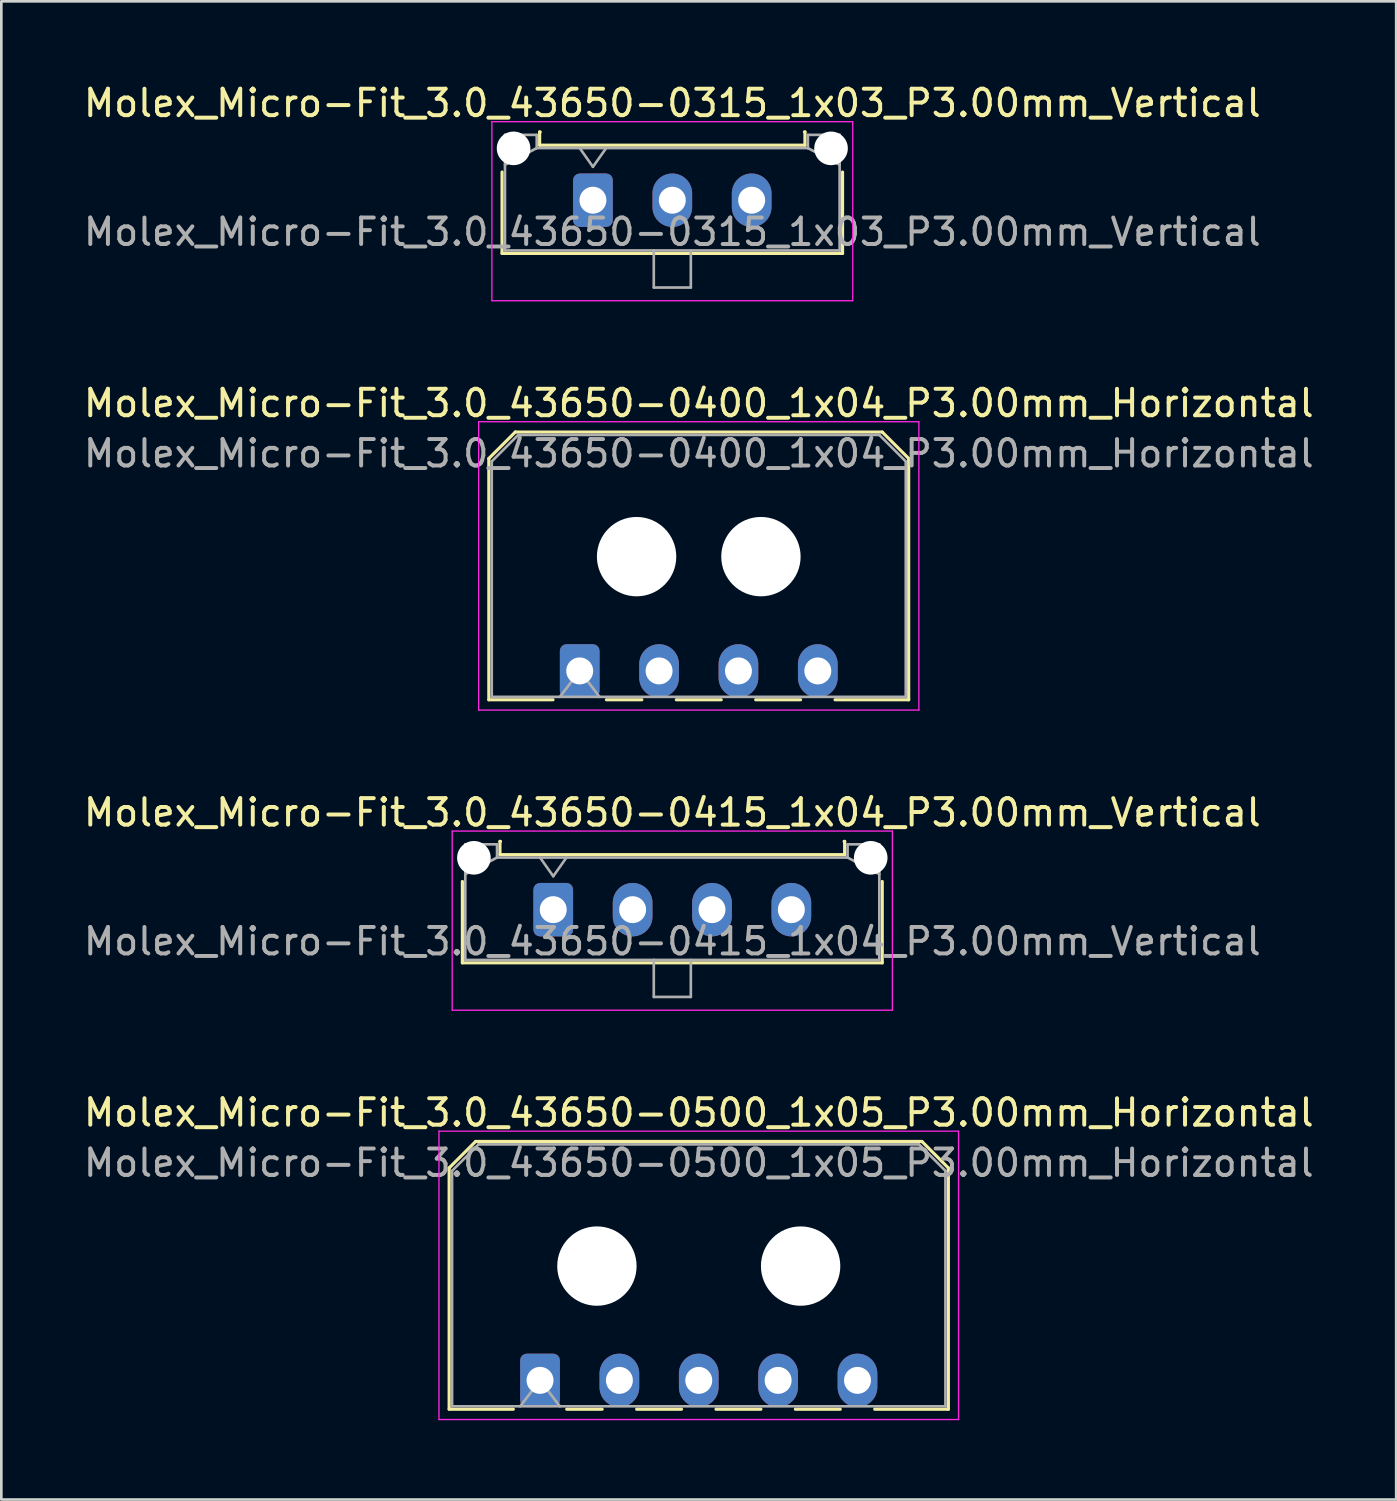
<source format=kicad_pcb>
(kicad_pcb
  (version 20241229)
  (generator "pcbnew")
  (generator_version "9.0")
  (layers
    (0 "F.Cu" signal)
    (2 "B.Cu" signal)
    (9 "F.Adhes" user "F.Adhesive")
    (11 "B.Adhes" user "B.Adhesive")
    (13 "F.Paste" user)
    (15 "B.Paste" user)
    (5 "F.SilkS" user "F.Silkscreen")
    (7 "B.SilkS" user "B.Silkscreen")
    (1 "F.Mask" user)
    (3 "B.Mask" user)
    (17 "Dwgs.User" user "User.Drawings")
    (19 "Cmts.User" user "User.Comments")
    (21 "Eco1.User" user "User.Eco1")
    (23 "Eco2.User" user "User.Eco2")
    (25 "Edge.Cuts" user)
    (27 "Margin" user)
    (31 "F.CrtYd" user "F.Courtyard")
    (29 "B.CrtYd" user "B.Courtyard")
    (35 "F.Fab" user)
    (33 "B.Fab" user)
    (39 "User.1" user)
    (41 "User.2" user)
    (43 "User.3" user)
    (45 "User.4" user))
  (footprint "Molex_Micro-Fit_3.0_43650-0315_1x03_P3.00mm_Vertical"
    (layer "F.Cu")
    (at 19.363 4.518)
    (property "Reference" "Molex_Micro-Fit_3.0_43650-0315_1x03_P3.00mm_Vertical" (at 3 -3.67 0) (layer "F.SilkS") (effects (font (size 1 1) (thickness 0.15))))
    (attr through_hole)
    (fp_line (start -3.435 -1.065) (end -3.435 2.01) (stroke (width 0.12) (type solid)) (layer "F.SilkS"))
    (fp_line (start -3.435 2.01) (end 9.435 2.01) (stroke (width 0.12) (type solid)) (layer "F.SilkS"))
    (fp_line (start -2.015 -2.58) (end -2.015 -2.08) (stroke (width 0.12) (type solid)) (layer "F.SilkS"))
    (fp_line (start -2.015 -2.08) (end 8.015 -2.08) (stroke (width 0.12) (type solid)) (layer "F.SilkS"))
    (fp_line (start -1.995 -2.58) (end -2.015 -2.58) (stroke (width 0.12) (type solid)) (layer "F.SilkS"))
    (fp_line (start 8.015 -2.58) (end 7.995 -2.58) (stroke (width 0.12) (type solid)) (layer "F.SilkS"))
    (fp_line (start 8.015 -2.08) (end 8.015 -2.58) (stroke (width 0.12) (type solid)) (layer "F.SilkS"))
    (fp_line (start 9.435 2.01) (end 9.435 -1.065) (stroke (width 0.12) (type solid)) (layer "F.SilkS"))
    (fp_line (start -3.82 -2.97) (end 9.82 -2.97) (stroke (width 0.05) (type solid)) (layer "F.CrtYd"))
    (fp_line (start -3.82 3.8) (end -3.82 -2.97) (stroke (width 0.05) (type solid)) (layer "F.CrtYd"))
    (fp_line (start 9.82 -2.97) (end 9.82 3.8) (stroke (width 0.05) (type solid)) (layer "F.CrtYd"))
    (fp_line (start 9.82 3.8) (end -3.82 3.8) (stroke (width 0.05) (type solid)) (layer "F.CrtYd"))
    (fp_line (start -3.325 -2.47) (end -3.325 1.9) (stroke (width 0.1) (type solid)) (layer "F.Fab"))
    (fp_line (start -3.325 -1.34) (end -2.125 -1.97) (stroke (width 0.1) (type solid)) (layer "F.Fab"))
    (fp_line (start -3.325 1.9) (end 9.325 1.9) (stroke (width 0.1) (type solid)) (layer "F.Fab"))
    (fp_line (start -2.125 -2.47) (end -3.325 -2.47) (stroke (width 0.1) (type solid)) (layer "F.Fab"))
    (fp_line (start -2.125 -1.97) (end -2.125 -2.47) (stroke (width 0.1) (type solid)) (layer "F.Fab"))
    (fp_line (start -0.5 -1.97) (end 0 -1.263) (stroke (width 0.1) (type solid)) (layer "F.Fab"))
    (fp_line (start 0 -1.263) (end 0.5 -1.97) (stroke (width 0.1) (type solid)) (layer "F.Fab"))
    (fp_line (start 2.3 1.9) (end 2.3 3.3) (stroke (width 0.1) (type solid)) (layer "F.Fab"))
    (fp_line (start 2.3 3.3) (end 3.7 3.3) (stroke (width 0.1) (type solid)) (layer "F.Fab"))
    (fp_line (start 3.7 3.3) (end 3.7 1.9) (stroke (width 0.1) (type solid)) (layer "F.Fab"))
    (fp_line (start 8.125 -2.47) (end 8.125 -1.97) (stroke (width 0.1) (type solid)) (layer "F.Fab"))
    (fp_line (start 8.125 -1.97) (end -2.125 -1.97) (stroke (width 0.1) (type solid)) (layer "F.Fab"))
    (fp_line (start 9.325 -2.47) (end 8.125 -2.47) (stroke (width 0.1) (type solid)) (layer "F.Fab"))
    (fp_line (start 9.325 -1.34) (end 8.125 -1.97) (stroke (width 0.1) (type solid)) (layer "F.Fab"))
    (fp_line (start 9.325 1.9) (end 9.325 -2.47) (stroke (width 0.1) (type solid)) (layer "F.Fab"))
    (fp_text user "${REFERENCE}" (at 3 1.2 0) (layer "F.Fab") (effects (font (size 1 1) (thickness 0.15))))
    (pad "" np_thru_hole circle (at -3 -1.96) (size 1.27 1.27) (drill 1.27) (layers "*.Cu" "*.Mask"))
    (pad "" np_thru_hole circle (at 9 -1.96) (size 1.27 1.27) (drill 1.27) (layers "*.Cu" "*.Mask"))
    (pad "1" thru_hole roundrect (at 0 0) (size 1.5 2.02) (drill 1.02) (layers "*.Cu" "*.Mask") (roundrect_rratio 0.167))
    (pad "2" thru_hole oval (at 3 0) (size 1.5 2.02) (drill 1.02) (layers "*.Cu" "*.Mask"))
    (pad "3" thru_hole oval (at 6 0) (size 1.5 2.02) (drill 1.02) (layers "*.Cu" "*.Mask")))
  (footprint "Molex_Micro-Fit_3.0_43650-0415_1x04_P3.00mm_Vertical"
    (layer "F.Cu")
    (at 17.863 31.335)
    (property "Reference" "Molex_Micro-Fit_3.0_43650-0415_1x04_P3.00mm_Vertical" (at 4.5 -3.67 0) (layer "F.SilkS") (effects (font (size 1 1) (thickness 0.15))))
    (attr through_hole)
    (fp_line (start -3.435 -1.065) (end -3.435 2.01) (stroke (width 0.12) (type solid)) (layer "F.SilkS"))
    (fp_line (start -3.435 2.01) (end 12.435 2.01) (stroke (width 0.12) (type solid)) (layer "F.SilkS"))
    (fp_line (start -2.015 -2.58) (end -2.015 -2.08) (stroke (width 0.12) (type solid)) (layer "F.SilkS"))
    (fp_line (start -2.015 -2.08) (end 11.015 -2.08) (stroke (width 0.12) (type solid)) (layer "F.SilkS"))
    (fp_line (start -1.995 -2.58) (end -2.015 -2.58) (stroke (width 0.12) (type solid)) (layer "F.SilkS"))
    (fp_line (start 11.015 -2.58) (end 10.995 -2.58) (stroke (width 0.12) (type solid)) (layer "F.SilkS"))
    (fp_line (start 11.015 -2.08) (end 11.015 -2.58) (stroke (width 0.12) (type solid)) (layer "F.SilkS"))
    (fp_line (start 12.435 2.01) (end 12.435 -1.065) (stroke (width 0.12) (type solid)) (layer "F.SilkS"))
    (fp_line (start -3.82 -2.97) (end 12.82 -2.97) (stroke (width 0.05) (type solid)) (layer "F.CrtYd"))
    (fp_line (start -3.82 3.8) (end -3.82 -2.97) (stroke (width 0.05) (type solid)) (layer "F.CrtYd"))
    (fp_line (start 12.82 -2.97) (end 12.82 3.8) (stroke (width 0.05) (type solid)) (layer "F.CrtYd"))
    (fp_line (start 12.82 3.8) (end -3.82 3.8) (stroke (width 0.05) (type solid)) (layer "F.CrtYd"))
    (fp_line (start -3.325 -2.47) (end -3.325 1.9) (stroke (width 0.1) (type solid)) (layer "F.Fab"))
    (fp_line (start -3.325 -1.34) (end -2.125 -1.97) (stroke (width 0.1) (type solid)) (layer "F.Fab"))
    (fp_line (start -3.325 1.9) (end 12.325 1.9) (stroke (width 0.1) (type solid)) (layer "F.Fab"))
    (fp_line (start -2.125 -2.47) (end -3.325 -2.47) (stroke (width 0.1) (type solid)) (layer "F.Fab"))
    (fp_line (start -2.125 -1.97) (end -2.125 -2.47) (stroke (width 0.1) (type solid)) (layer "F.Fab"))
    (fp_line (start -0.5 -1.97) (end 0 -1.263) (stroke (width 0.1) (type solid)) (layer "F.Fab"))
    (fp_line (start 0 -1.263) (end 0.5 -1.97) (stroke (width 0.1) (type solid)) (layer "F.Fab"))
    (fp_line (start 3.8 1.9) (end 3.8 3.3) (stroke (width 0.1) (type solid)) (layer "F.Fab"))
    (fp_line (start 3.8 3.3) (end 5.2 3.3) (stroke (width 0.1) (type solid)) (layer "F.Fab"))
    (fp_line (start 5.2 3.3) (end 5.2 1.9) (stroke (width 0.1) (type solid)) (layer "F.Fab"))
    (fp_line (start 11.125 -2.47) (end 11.125 -1.97) (stroke (width 0.1) (type solid)) (layer "F.Fab"))
    (fp_line (start 11.125 -1.97) (end -2.125 -1.97) (stroke (width 0.1) (type solid)) (layer "F.Fab"))
    (fp_line (start 12.325 -2.47) (end 11.125 -2.47) (stroke (width 0.1) (type solid)) (layer "F.Fab"))
    (fp_line (start 12.325 -1.34) (end 11.125 -1.97) (stroke (width 0.1) (type solid)) (layer "F.Fab"))
    (fp_line (start 12.325 1.9) (end 12.325 -2.47) (stroke (width 0.1) (type solid)) (layer "F.Fab"))
    (fp_text user "${REFERENCE}" (at 4.5 1.2 0) (layer "F.Fab") (effects (font (size 1 1) (thickness 0.15))))
    (pad "" np_thru_hole circle (at -3 -1.96) (size 1.27 1.27) (drill 1.27) (layers "*.Cu" "*.Mask"))
    (pad "" np_thru_hole circle (at 12 -1.96) (size 1.27 1.27) (drill 1.27) (layers "*.Cu" "*.Mask"))
    (pad "1" thru_hole roundrect (at 0 0) (size 1.5 2.02) (drill 1.02) (layers "*.Cu" "*.Mask") (roundrect_rratio 0.167))
    (pad "2" thru_hole oval (at 3 0) (size 1.5 2.02) (drill 1.02) (layers "*.Cu" "*.Mask"))
    (pad "3" thru_hole oval (at 6 0) (size 1.5 2.02) (drill 1.02) (layers "*.Cu" "*.Mask"))
    (pad "4" thru_hole oval (at 9 0) (size 1.5 2.02) (drill 1.02) (layers "*.Cu" "*.Mask")))
  (footprint "Molex_Micro-Fit_3.0_43650-0500_1x05_P3.00mm_Horizontal"
    (layer "F.Cu")
    (at 17.363 49.128)
    (property "Reference" "Molex_Micro-Fit_3.0_43650-0500_1x05_P3.00mm_Horizontal" (at 6 -10.12 0) (layer "F.SilkS") (effects (font (size 1 1) (thickness 0.15))))
    (attr through_hole)
    (fp_line (start -3.435 -8.03) (end -2.435 -9.03) (stroke (width 0.12) (type solid)) (layer "F.SilkS"))
    (fp_line (start -3.435 1.09) (end -3.435 -8.03) (stroke (width 0.12) (type solid)) (layer "F.SilkS"))
    (fp_line (start -3.435 1.09) (end -1.01 1.09) (stroke (width 0.12) (type solid)) (layer "F.SilkS"))
    (fp_line (start -2.435 -9.03) (end 14.435 -9.03) (stroke (width 0.12) (type solid)) (layer "F.SilkS"))
    (fp_line (start 1.01 1.09) (end 2.348 1.09) (stroke (width 0.12) (type solid)) (layer "F.SilkS"))
    (fp_line (start 3.652 1.09) (end 5.348 1.09) (stroke (width 0.12) (type solid)) (layer "F.SilkS"))
    (fp_line (start 6.652 1.09) (end 8.348 1.09) (stroke (width 0.12) (type solid)) (layer "F.SilkS"))
    (fp_line (start 9.652 1.09) (end 11.348 1.09) (stroke (width 0.12) (type solid)) (layer "F.SilkS"))
    (fp_line (start 14.435 -9.03) (end 15.435 -8.03) (stroke (width 0.12) (type solid)) (layer "F.SilkS"))
    (fp_line (start 15.435 -8.03) (end 15.435 1.09) (stroke (width 0.12) (type solid)) (layer "F.SilkS"))
    (fp_line (start 15.435 1.09) (end 12.652 1.09) (stroke (width 0.12) (type solid)) (layer "F.SilkS"))
    (fp_line (start -3.82 -9.42) (end 15.82 -9.42) (stroke (width 0.05) (type solid)) (layer "F.CrtYd"))
    (fp_line (start -3.82 1.48) (end -3.82 -9.42) (stroke (width 0.05) (type solid)) (layer "F.CrtYd"))
    (fp_line (start 15.82 -9.42) (end 15.82 1.48) (stroke (width 0.05) (type solid)) (layer "F.CrtYd"))
    (fp_line (start 15.82 1.48) (end -3.82 1.48) (stroke (width 0.05) (type solid)) (layer "F.CrtYd"))
    (fp_line (start -3.325 -7.92) (end -2.325 -8.92) (stroke (width 0.1) (type solid)) (layer "F.Fab"))
    (fp_line (start -3.325 0.98) (end -3.325 -7.92) (stroke (width 0.1) (type solid)) (layer "F.Fab"))
    (fp_line (start -2.325 -8.92) (end 14.325 -8.92) (stroke (width 0.1) (type solid)) (layer "F.Fab"))
    (fp_line (start -0.75 0.98) (end 0 0) (stroke (width 0.1) (type solid)) (layer "F.Fab"))
    (fp_line (start 0 0) (end 0.75 0.98) (stroke (width 0.1) (type solid)) (layer "F.Fab"))
    (fp_line (start 14.325 -8.92) (end 15.325 -7.92) (stroke (width 0.1) (type solid)) (layer "F.Fab"))
    (fp_line (start 15.325 -7.92) (end 15.325 0.98) (stroke (width 0.1) (type solid)) (layer "F.Fab"))
    (fp_line (start 15.325 0.98) (end -3.325 0.98) (stroke (width 0.1) (type solid)) (layer "F.Fab"))
    (fp_text user "${REFERENCE}" (at 6 -8.22 0) (layer "F.Fab") (effects (font (size 1 1) (thickness 0.15))))
    (pad "" np_thru_hole circle (at 2.15 -4.32) (size 3 3) (drill 3) (layers "*.Cu" "*.Mask"))
    (pad "" np_thru_hole circle (at 9.85 -4.32) (size 3 3) (drill 3) (layers "*.Cu" "*.Mask"))
    (pad "1" thru_hole roundrect (at 0 0) (size 1.5 2.02) (drill 1.02) (layers "*.Cu" "*.Mask") (roundrect_rratio 0.167))
    (pad "2" thru_hole oval (at 3 0) (size 1.5 2.02) (drill 1.02) (layers "*.Cu" "*.Mask"))
    (pad "3" thru_hole oval (at 6 0) (size 1.5 2.02) (drill 1.02) (layers "*.Cu" "*.Mask"))
    (pad "4" thru_hole oval (at 9 0) (size 1.5 2.02) (drill 1.02) (layers "*.Cu" "*.Mask"))
    (pad "5" thru_hole oval (at 12 0) (size 1.5 2.02) (drill 1.02) (layers "*.Cu" "*.Mask")))
  (footprint "Molex_Micro-Fit_3.0_43650-0400_1x04_P3.00mm_Horizontal"
    (layer "F.Cu")
    (at 18.863 22.311)
    (property "Reference" "Molex_Micro-Fit_3.0_43650-0400_1x04_P3.00mm_Horizontal" (at 4.5 -10.12 0) (layer "F.SilkS") (effects (font (size 1 1) (thickness 0.15))))
    (attr through_hole)
    (fp_line (start -3.435 -8.03) (end -2.435 -9.03) (stroke (width 0.12) (type solid)) (layer "F.SilkS"))
    (fp_line (start -3.435 1.09) (end -3.435 -8.03) (stroke (width 0.12) (type solid)) (layer "F.SilkS"))
    (fp_line (start -3.435 1.09) (end -1.01 1.09) (stroke (width 0.12) (type solid)) (layer "F.SilkS"))
    (fp_line (start -2.435 -9.03) (end 11.435 -9.03) (stroke (width 0.12) (type solid)) (layer "F.SilkS"))
    (fp_line (start 1.01 1.09) (end 2.348 1.09) (stroke (width 0.12) (type solid)) (layer "F.SilkS"))
    (fp_line (start 3.652 1.09) (end 5.348 1.09) (stroke (width 0.12) (type solid)) (layer "F.SilkS"))
    (fp_line (start 6.652 1.09) (end 8.348 1.09) (stroke (width 0.12) (type solid)) (layer "F.SilkS"))
    (fp_line (start 11.435 -9.03) (end 12.435 -8.03) (stroke (width 0.12) (type solid)) (layer "F.SilkS"))
    (fp_line (start 12.435 -8.03) (end 12.435 1.09) (stroke (width 0.12) (type solid)) (layer "F.SilkS"))
    (fp_line (start 12.435 1.09) (end 9.652 1.09) (stroke (width 0.12) (type solid)) (layer "F.SilkS"))
    (fp_line (start -3.82 -9.42) (end 12.82 -9.42) (stroke (width 0.05) (type solid)) (layer "F.CrtYd"))
    (fp_line (start -3.82 1.48) (end -3.82 -9.42) (stroke (width 0.05) (type solid)) (layer "F.CrtYd"))
    (fp_line (start 12.82 -9.42) (end 12.82 1.48) (stroke (width 0.05) (type solid)) (layer "F.CrtYd"))
    (fp_line (start 12.82 1.48) (end -3.82 1.48) (stroke (width 0.05) (type solid)) (layer "F.CrtYd"))
    (fp_line (start -3.325 -7.92) (end -2.325 -8.92) (stroke (width 0.1) (type solid)) (layer "F.Fab"))
    (fp_line (start -3.325 0.98) (end -3.325 -7.92) (stroke (width 0.1) (type solid)) (layer "F.Fab"))
    (fp_line (start -2.325 -8.92) (end 11.325 -8.92) (stroke (width 0.1) (type solid)) (layer "F.Fab"))
    (fp_line (start -0.75 0.98) (end 0 0) (stroke (width 0.1) (type solid)) (layer "F.Fab"))
    (fp_line (start 0 0) (end 0.75 0.98) (stroke (width 0.1) (type solid)) (layer "F.Fab"))
    (fp_line (start 11.325 -8.92) (end 12.325 -7.92) (stroke (width 0.1) (type solid)) (layer "F.Fab"))
    (fp_line (start 12.325 -7.92) (end 12.325 0.98) (stroke (width 0.1) (type solid)) (layer "F.Fab"))
    (fp_line (start 12.325 0.98) (end -3.325 0.98) (stroke (width 0.1) (type solid)) (layer "F.Fab"))
    (fp_text user "${REFERENCE}" (at 4.5 -8.22 0) (layer "F.Fab") (effects (font (size 1 1) (thickness 0.15))))
    (pad "" np_thru_hole circle (at 2.15 -4.32) (size 3 3) (drill 3) (layers "*.Cu" "*.Mask"))
    (pad "" np_thru_hole circle (at 6.85 -4.32) (size 3 3) (drill 3) (layers "*.Cu" "*.Mask"))
    (pad "1" thru_hole roundrect (at 0 0) (size 1.5 2.02) (drill 1.02) (layers "*.Cu" "*.Mask") (roundrect_rratio 0.167))
    (pad "2" thru_hole oval (at 3 0) (size 1.5 2.02) (drill 1.02) (layers "*.Cu" "*.Mask"))
    (pad "3" thru_hole oval (at 6 0) (size 1.5 2.02) (drill 1.02) (layers "*.Cu" "*.Mask"))
    (pad "4" thru_hole oval (at 9 0) (size 1.5 2.02) (drill 1.02) (layers "*.Cu" "*.Mask")))
  (gr_rect
    (start -3 -3)
    (end 49.726 53.633)
    (stroke (width 0.1) (type default))
    (fill no)
    (layer "Edge.Cuts")))
</source>
